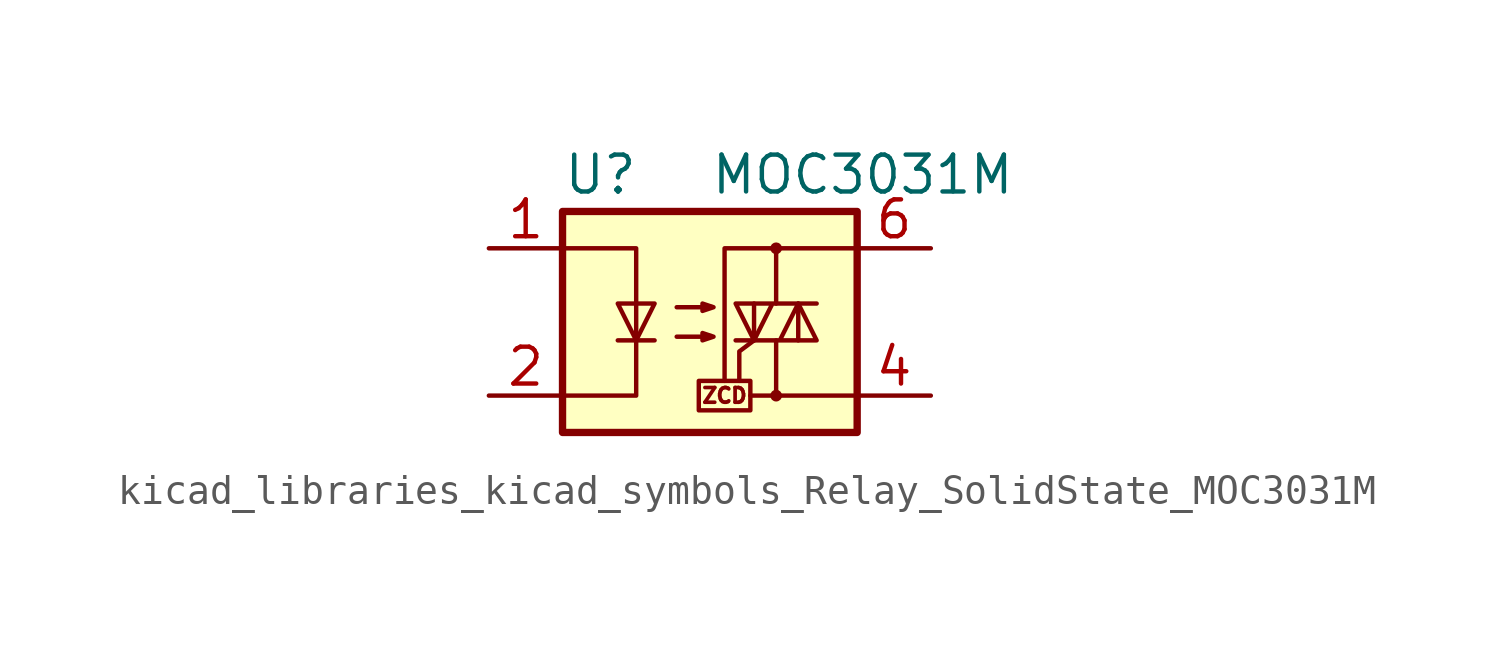
<source format=kicad_sym>
(kicad_symbol_lib
  (version 20220914)
  (generator kicad_symbol_editor)
  (symbol "kicad_libraries_kicad_symbols_Relay_SolidState_MOC3031M"
    (property "Reference" "U"
      (at -5.08 5.08 0)
      (effects (font (size 1.27 1.27)) (justify left)))
    (property "Value" "MOC3031M"
      (at 0 5.08 0)
      (effects (font (size 1.27 1.27)) (justify left)))
    (symbol "kicad_libraries_kicad_symbols_Relay_SolidState_MOC3031M_0_0"
      (rectangle (start -0.381 -2.032) (end 1.397 -3.048) (stroke (width 0) (type default)) (fill (type none)))
      (polyline (pts (xy 2.286 -2.54) (xy 1.397 -2.54)) (stroke (width 0) (type default)) (fill (type none)))
      (polyline (pts (xy 1.524 -0.635) (xy 1.016 -1.016) (xy 1.016 -2.032)) (stroke (width 0) (type default)) (fill (type none)))
      (text "ZCD" (at 0.508 -2.54 0) (effects (font (size 0.508 0.508)))))
    (symbol "kicad_libraries_kicad_symbols_Relay_SolidState_MOC3031M_0_1"
      (rectangle (start -5.08 3.81) (end 5.08 -3.81) (stroke (width 0.254) (type default)) (fill (type background)))
      (polyline (pts (xy -3.175 -0.635) (xy -1.905 -0.635)) (stroke (width 0) (type default)) (fill (type none)))
      (polyline (pts (xy 1.524 -0.635) (xy 1.524 0.635)) (stroke (width 0) (type default)) (fill (type none)))
      (polyline (pts (xy 3.048 0.635) (xy 3.048 -0.635)) (stroke (width 0) (type default)) (fill (type none)))
      (polyline (pts (xy 2.286 -0.635) (xy 2.286 -2.54) (xy 5.08 -2.54)) (stroke (width 0) (type default)) (fill (type none)))
      (polyline (pts (xy 2.286 0.635) (xy 2.286 2.54) (xy 5.08 2.54)) (stroke (width 0) (type default)) (fill (type none)))
      (polyline (pts (xy 2.286 2.54) (xy 0.508 2.54) (xy 0.508 -2.032)) (stroke (width 0) (type default)) (fill (type none)))
      (polyline (pts (xy -5.08 2.54) (xy -2.54 2.54) (xy -2.54 -2.54) (xy -5.08 -2.54)) (stroke (width 0) (type default)) (fill (type none)))
      (polyline (pts (xy -2.54 -0.635) (xy -3.175 0.635) (xy -1.905 0.635) (xy -2.54 -0.635)) (stroke (width 0) (type default)) (fill (type none)))
      (polyline (pts (xy 0.889 -0.635) (xy 3.683 -0.635) (xy 3.048 0.635) (xy 2.413 -0.635)) (stroke (width 0) (type default)) (fill (type none)))
      (polyline (pts (xy 3.683 0.635) (xy 0.889 0.635) (xy 1.524 -0.635) (xy 2.159 0.635)) (stroke (width 0) (type default)) (fill (type none)))
      (polyline (pts (xy -1.143 -0.508) (xy 0.127 -0.508) (xy -0.254 -0.635) (xy -0.254 -0.381) (xy 0.127 -0.508)) (stroke (width 0) (type default)) (fill (type none)))
      (polyline (pts (xy -1.143 0.508) (xy 0.127 0.508) (xy -0.254 0.381) (xy -0.254 0.635) (xy 0.127 0.508)) (stroke (width 0) (type default)) (fill (type none)))
      (circle (center 2.286 -2.54) (radius 0.127) (stroke (width 0) (type default)) (fill (type none)))
      (circle (center 2.286 2.54) (radius 0.127) (stroke (width 0) (type default)) (fill (type none))))
    (symbol "kicad_libraries_kicad_symbols_Relay_SolidState_MOC3031M_1_1"
      (pin passive line (at -7.62 2.54 0) (length 2.54) (name "~" (effects (font (size 1.27 1.27)))) (number "1" (effects (font (size 1.27 1.27)))))
      (pin passive line (at -7.62 -2.54 0) (length 2.54) (name "~" (effects (font (size 1.27 1.27)))) (number "2" (effects (font (size 1.27 1.27)))))
      (pin no_connect line (at -5.08 0 0) (length 2.54) hide (name "NC" (effects (font (size 1.27 1.27)))) (number "3" (effects (font (size 1.27 1.27)))))
      (pin passive line (at 7.62 -2.54 180) (length 2.54) (name "~" (effects (font (size 1.27 1.27)))) (number "4" (effects (font (size 1.27 1.27)))))
      (pin no_connect line (at 5.08 0 180) (length 2.54) hide (name "NC" (effects (font (size 1.27 1.27)))) (number "5" (effects (font (size 1.27 1.27)))))
      (pin passive line (at 7.62 2.54 180) (length 2.54) (name "~" (effects (font (size 1.27 1.27)))) (number "6" (effects (font (size 1.27 1.27))))))))
</source>
